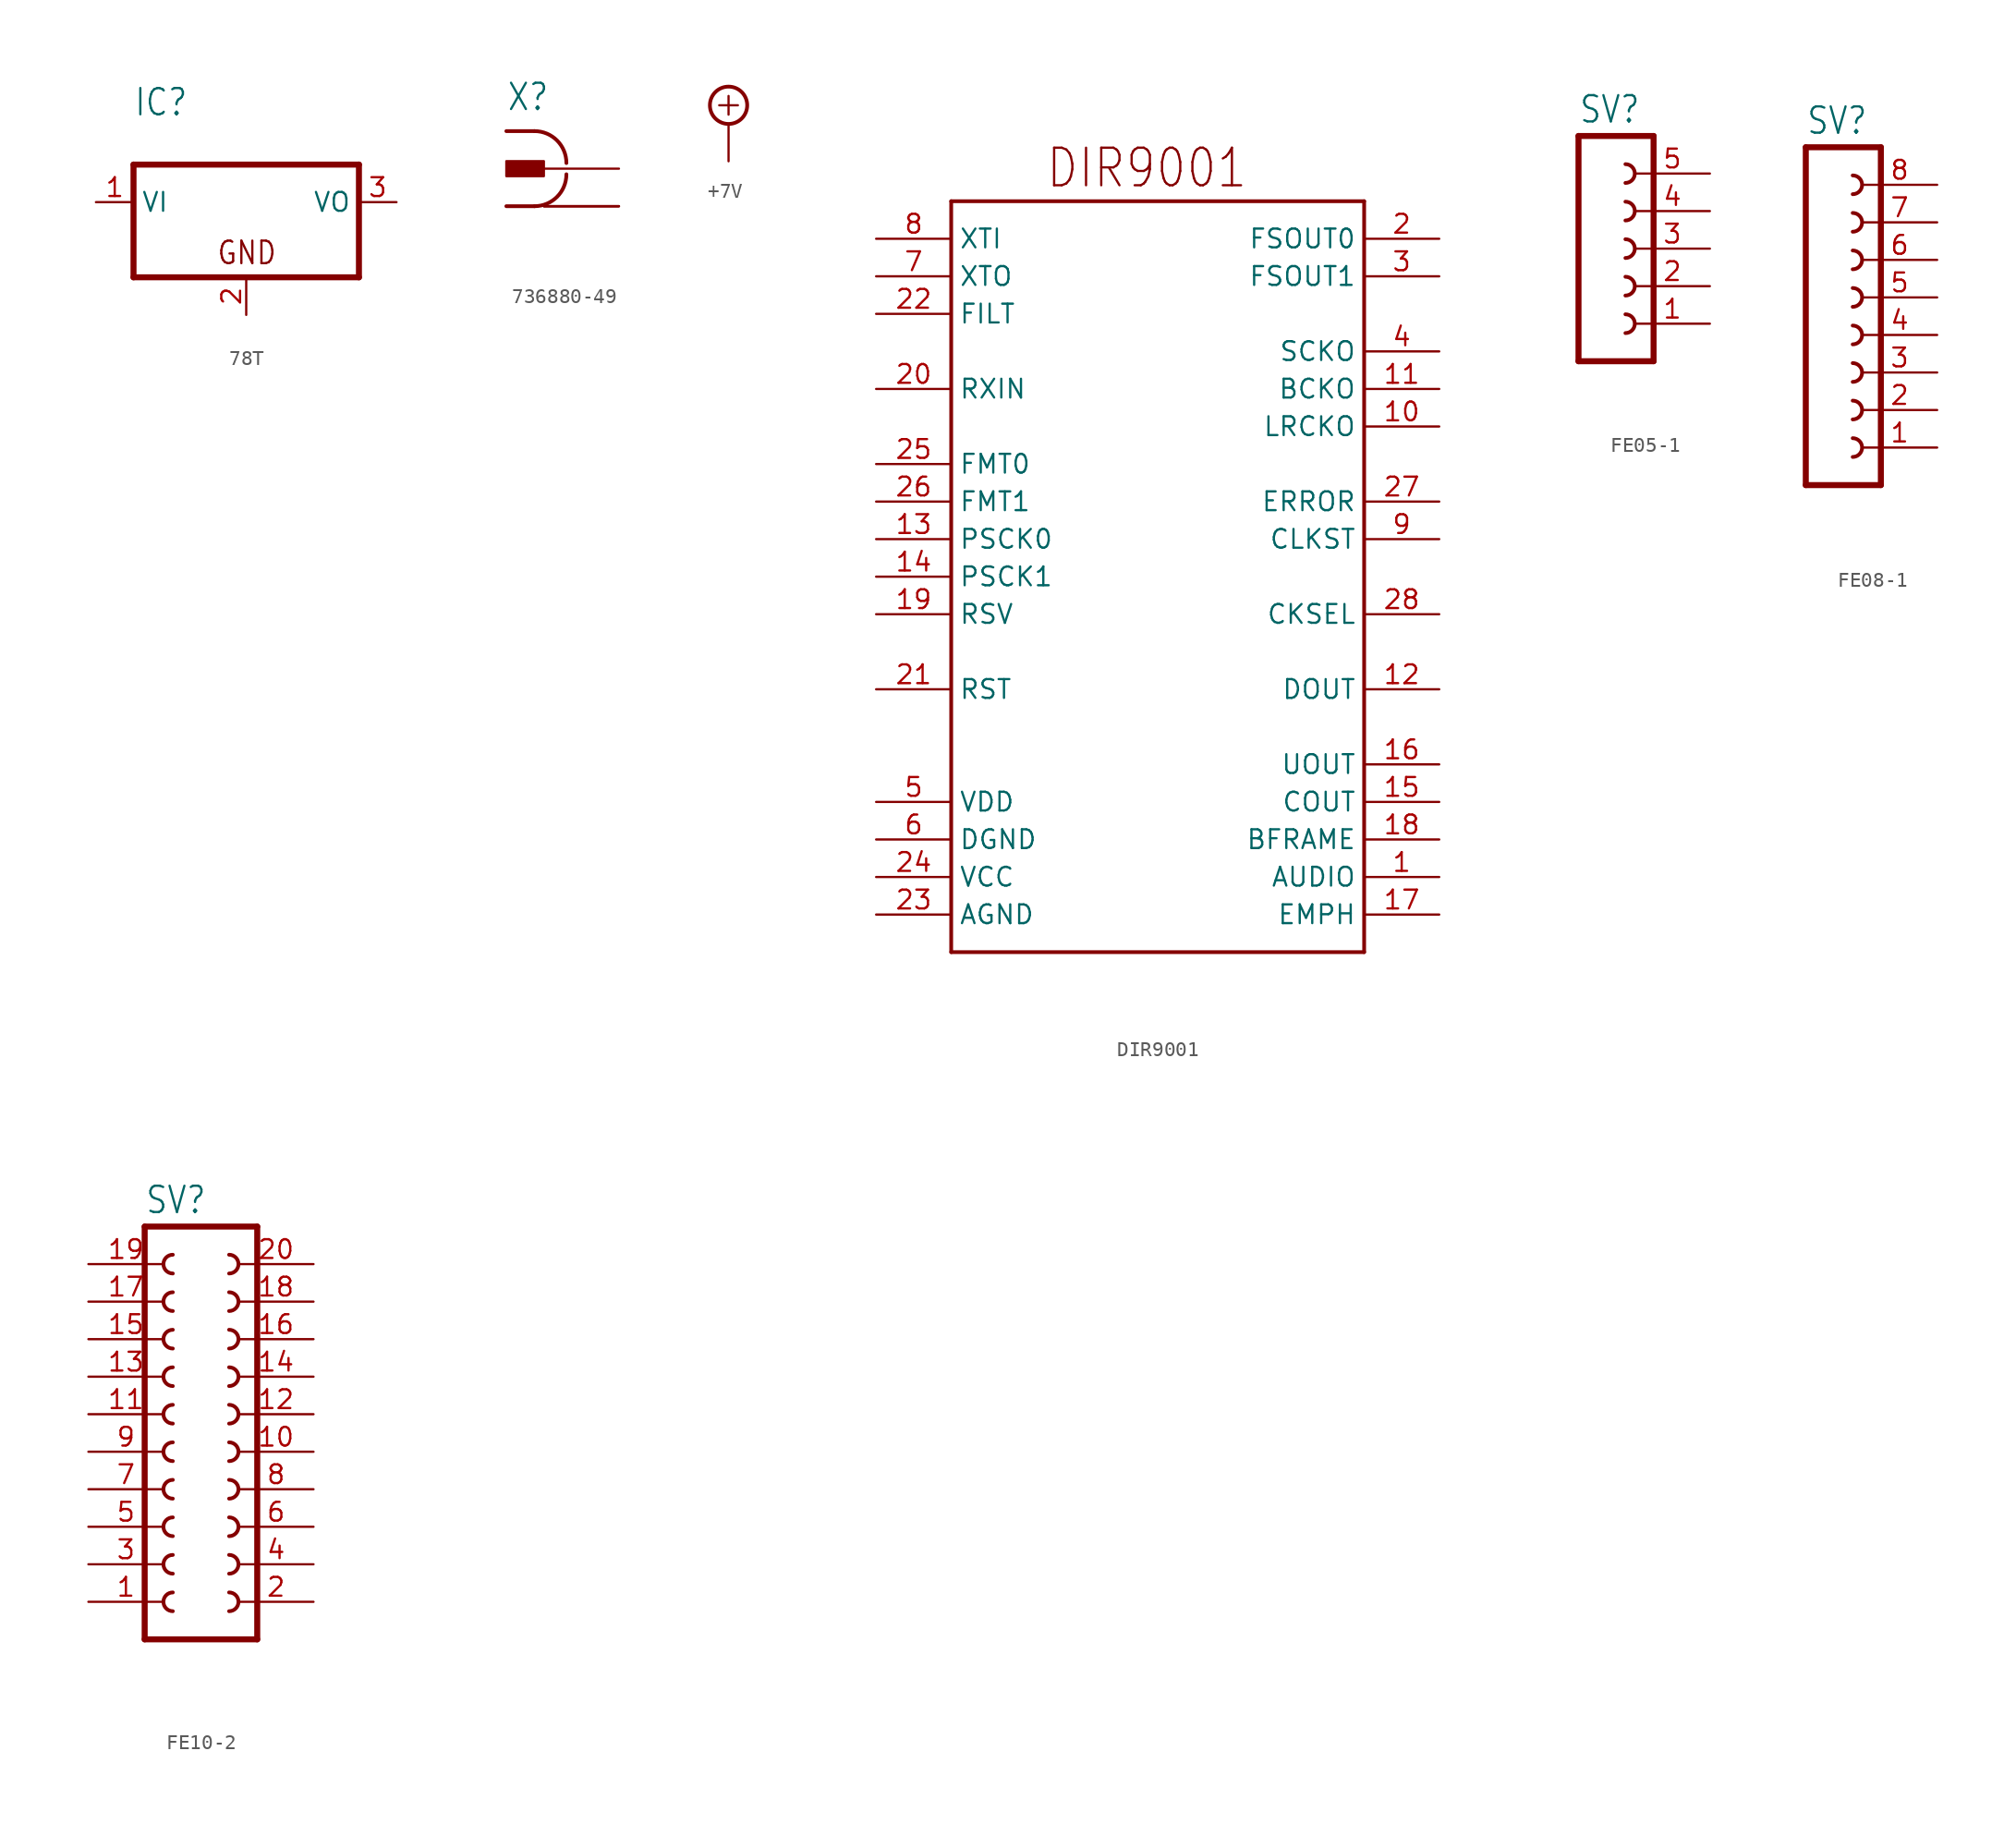
<source format=kicad_sym>
(kicad_symbol_lib
  (version 20231120)
  (generator "kicad_symbol_editor")
  (generator_version "8.0")
  (symbol "78T"
    (property "Reference" "IC"
      (at -7.62 5.715 0)
      (effects (font (size 1.778 1.511)) (justify left bottom)))
    (property "Value" ""
      (at -7.62 3.175 0)
      (effects (font (size 1.778 1.511)) (justify left bottom)))
    (property "ki_locked" ""
      (at 0 0 0)
      (effects (font (size 1.27 1.27))))
    (symbol "78T_1_0"
      (polyline (pts (xy -7.62 -5.08) (xy 7.62 -5.08)) (stroke (width 0.406) (type solid)) (fill (type none)))
      (polyline (pts (xy -7.62 2.54) (xy -7.62 -5.08)) (stroke (width 0.406) (type solid)) (fill (type none)))
      (polyline (pts (xy 7.62 -5.08) (xy 7.62 2.54)) (stroke (width 0.406) (type solid)) (fill (type none)))
      (polyline (pts (xy 7.62 2.54) (xy -7.62 2.54)) (stroke (width 0.406) (type solid)) (fill (type none)))
      (text "GND" (at -2.032 -4.318 0) (effects (font (size 1.524 1.295)) (justify left bottom)))
      (pin input line (at -10.16 0 0) (length 2.54) (name "VI" (effects (font (size 1.27 1.27)))) (number "1" (effects (font (size 1.27 1.27)))))
      (pin passive line (at 0 -7.62 90) (length 2.54) (name "GND" (effects (font (size 0 0)))) (number "2" (effects (font (size 1.27 1.27)))))
      (pin passive line (at 10.16 0 180) (length 2.54) (name "VO" (effects (font (size 1.27 1.27)))) (number "3" (effects (font (size 1.27 1.27)))))))
  (symbol "736880-49"
    (property "Reference" "X"
      (at -5.08 3.81 0)
      (effects (font (size 1.778 1.511)) (justify left bottom)))
    (property "Value" ""
      (at -5.08 -6.35 0)
      (effects (font (size 1.778 1.511)) (justify left bottom)))
    (property "ki_locked" ""
      (at 0 0 0)
      (effects (font (size 1.27 1.27))))
    (symbol "736880-49_1_0"
      (rectangle (start -5.08 -0.508) (end -2.54 0.508) (stroke (width 0) (type default)) (fill (type outline)))
      (arc (start -3.175 -2.54) (mid -1.6484 -1.9076) (end -1.016 -0.381) (stroke (width 0.254) (type solid)) (fill (type none)))
      (arc (start -1.016 0.381) (mid -1.6484 1.9076) (end -3.175 2.54) (stroke (width 0.254) (type solid)) (fill (type none)))
      (polyline (pts (xy -5.08 -2.54) (xy -3.175 -2.54)) (stroke (width 0.254) (type solid)) (fill (type none)))
      (polyline (pts (xy -5.08 2.54) (xy -3.175 2.54)) (stroke (width 0.254) (type solid)) (fill (type none)))
      (pin passive line (at 2.54 -2.54 180) (length 5.08) (name "1" (effects (font (size 0 0)))) (number "1" (effects (font (size 0 0)))))
      (pin passive line (at 2.54 -2.54 180) (length 5.08) (name "1" (effects (font (size 0 0)))) (number "1@1" (effects (font (size 0 0)))))
      (pin passive line (at 2.54 -2.54 180) (length 5.08) (name "1" (effects (font (size 0 0)))) (number "1@2" (effects (font (size 0 0)))))
      (pin passive line (at 2.54 0 180) (length 5.08) (name "2" (effects (font (size 0 0)))) (number "2" (effects (font (size 0 0)))))))
  (symbol "+7V"
    (power)
    (property "Reference" "#SUPPLY"
      (at 0 0 0)
      (effects (font (size 1.27 1.27)) (hide yes)))
    (property "Value" ""
      (at -1.905 3.175 0)
      (effects (font (size 1.778 1.511)) (justify left bottom)))
    (property "ki_locked" ""
      (at 0 0 0)
      (effects (font (size 1.27 1.27))))
    (symbol "+7V_1_0"
      (polyline (pts (xy -0.635 1.27) (xy 0.635 1.27)) (stroke (width 0.152) (type solid)) (fill (type none)))
      (polyline (pts (xy 0 0.635) (xy 0 1.905)) (stroke (width 0.152) (type solid)) (fill (type none)))
      (circle (center 0 1.27) (radius 1.27) (stroke (width 0.254) (type solid)) (fill (type none)))
      (pin power_in line (at 0 -2.54 90) (length 2.54) (name "+7V" (effects (font (size 0 0)))) (number "1" (effects (font (size 0 0)))))))
  (symbol "DIR9001"
    (property "Reference" ""
      (at 0 0 0)
      (effects (font (size 1.27 1.27)) (hide yes)))
    (property "ki_locked" ""
      (at 0 0 0)
      (effects (font (size 1.27 1.27))))
    (symbol "DIR9001_1_0"
      (polyline (pts (xy -12.7 -25.4) (xy 15.24 -25.4)) (stroke (width 0.254) (type solid)) (fill (type none)))
      (polyline (pts (xy -12.7 25.4) (xy -12.7 -25.4)) (stroke (width 0.254) (type solid)) (fill (type none)))
      (polyline (pts (xy 15.24 -25.4) (xy 15.24 25.4)) (stroke (width 0.254) (type solid)) (fill (type none)))
      (polyline (pts (xy 15.24 25.4) (xy -12.7 25.4)) (stroke (width 0.254) (type solid)) (fill (type none)))
      (text "DIR9001" (at -6.35 26.162 0) (effects (font (size 2.54 2.159)) (justify left bottom)))
      (pin bidirectional line (at 20.32 -20.32 180) (length 5.08) (name "AUDIO" (effects (font (size 1.27 1.27)))) (number "1" (effects (font (size 1.27 1.27)))))
      (pin bidirectional line (at 20.32 10.16 180) (length 5.08) (name "LRCKO" (effects (font (size 1.27 1.27)))) (number "10" (effects (font (size 1.27 1.27)))))
      (pin bidirectional line (at 20.32 12.7 180) (length 5.08) (name "BCKO" (effects (font (size 1.27 1.27)))) (number "11" (effects (font (size 1.27 1.27)))))
      (pin bidirectional line (at 20.32 -7.62 180) (length 5.08) (name "DOUT" (effects (font (size 1.27 1.27)))) (number "12" (effects (font (size 1.27 1.27)))))
      (pin bidirectional line (at -17.78 2.54 0) (length 5.08) (name "PSCK0" (effects (font (size 1.27 1.27)))) (number "13" (effects (font (size 1.27 1.27)))))
      (pin bidirectional line (at -17.78 0 0) (length 5.08) (name "PSCK1" (effects (font (size 1.27 1.27)))) (number "14" (effects (font (size 1.27 1.27)))))
      (pin bidirectional line (at 20.32 -15.24 180) (length 5.08) (name "COUT" (effects (font (size 1.27 1.27)))) (number "15" (effects (font (size 1.27 1.27)))))
      (pin bidirectional line (at 20.32 -12.7 180) (length 5.08) (name "UOUT" (effects (font (size 1.27 1.27)))) (number "16" (effects (font (size 1.27 1.27)))))
      (pin bidirectional line (at 20.32 -22.86 180) (length 5.08) (name "EMPH" (effects (font (size 1.27 1.27)))) (number "17" (effects (font (size 1.27 1.27)))))
      (pin bidirectional line (at 20.32 -17.78 180) (length 5.08) (name "BFRAME" (effects (font (size 1.27 1.27)))) (number "18" (effects (font (size 1.27 1.27)))))
      (pin bidirectional line (at -17.78 -2.54 0) (length 5.08) (name "RSV" (effects (font (size 1.27 1.27)))) (number "19" (effects (font (size 1.27 1.27)))))
      (pin bidirectional line (at 20.32 22.86 180) (length 5.08) (name "FSOUT0" (effects (font (size 1.27 1.27)))) (number "2" (effects (font (size 1.27 1.27)))))
      (pin bidirectional line (at -17.78 12.7 0) (length 5.08) (name "RXIN" (effects (font (size 1.27 1.27)))) (number "20" (effects (font (size 1.27 1.27)))))
      (pin bidirectional line (at -17.78 -7.62 0) (length 5.08) (name "RST" (effects (font (size 1.27 1.27)))) (number "21" (effects (font (size 1.27 1.27)))))
      (pin bidirectional line (at -17.78 17.78 0) (length 5.08) (name "FILT" (effects (font (size 1.27 1.27)))) (number "22" (effects (font (size 1.27 1.27)))))
      (pin bidirectional line (at -17.78 -22.86 0) (length 5.08) (name "AGND" (effects (font (size 1.27 1.27)))) (number "23" (effects (font (size 1.27 1.27)))))
      (pin bidirectional line (at -17.78 -20.32 0) (length 5.08) (name "VCC" (effects (font (size 1.27 1.27)))) (number "24" (effects (font (size 1.27 1.27)))))
      (pin bidirectional line (at -17.78 7.62 0) (length 5.08) (name "FMT0" (effects (font (size 1.27 1.27)))) (number "25" (effects (font (size 1.27 1.27)))))
      (pin bidirectional line (at -17.78 5.08 0) (length 5.08) (name "FMT1" (effects (font (size 1.27 1.27)))) (number "26" (effects (font (size 1.27 1.27)))))
      (pin bidirectional line (at 20.32 5.08 180) (length 5.08) (name "ERROR" (effects (font (size 1.27 1.27)))) (number "27" (effects (font (size 1.27 1.27)))))
      (pin bidirectional line (at 20.32 -2.54 180) (length 5.08) (name "CKSEL" (effects (font (size 1.27 1.27)))) (number "28" (effects (font (size 1.27 1.27)))))
      (pin bidirectional line (at 20.32 20.32 180) (length 5.08) (name "FSOUT1" (effects (font (size 1.27 1.27)))) (number "3" (effects (font (size 1.27 1.27)))))
      (pin bidirectional line (at 20.32 15.24 180) (length 5.08) (name "SCKO" (effects (font (size 1.27 1.27)))) (number "4" (effects (font (size 1.27 1.27)))))
      (pin bidirectional line (at -17.78 -15.24 0) (length 5.08) (name "VDD" (effects (font (size 1.27 1.27)))) (number "5" (effects (font (size 1.27 1.27)))))
      (pin bidirectional line (at -17.78 -17.78 0) (length 5.08) (name "DGND" (effects (font (size 1.27 1.27)))) (number "6" (effects (font (size 1.27 1.27)))))
      (pin bidirectional line (at -17.78 20.32 0) (length 5.08) (name "XTO" (effects (font (size 1.27 1.27)))) (number "7" (effects (font (size 1.27 1.27)))))
      (pin bidirectional line (at -17.78 22.86 0) (length 5.08) (name "XTI" (effects (font (size 1.27 1.27)))) (number "8" (effects (font (size 1.27 1.27)))))
      (pin bidirectional line (at 20.32 2.54 180) (length 5.08) (name "CLKST" (effects (font (size 1.27 1.27)))) (number "9" (effects (font (size 1.27 1.27)))))))
  (symbol "FE05-1"
    (property "Reference" "SV"
      (at -1.27 8.382 0)
      (effects (font (size 1.778 1.511)) (justify left bottom)))
    (property "Value" ""
      (at -1.27 -10.16 0)
      (effects (font (size 1.778 1.511)) (justify left bottom)))
    (property "ki_locked" ""
      (at 0 0 0)
      (effects (font (size 1.27 1.27))))
    (symbol "FE05-1_1_0"
      (polyline (pts (xy -1.27 7.62) (xy -1.27 -7.62)) (stroke (width 0.406) (type solid)) (fill (type none)))
      (polyline (pts (xy -1.27 7.62) (xy 3.81 7.62)) (stroke (width 0.406) (type solid)) (fill (type none)))
      (polyline (pts (xy 3.81 -7.62) (xy -1.27 -7.62)) (stroke (width 0.406) (type solid)) (fill (type none)))
      (polyline (pts (xy 3.81 -7.62) (xy 3.81 7.62)) (stroke (width 0.406) (type solid)) (fill (type none)))
      (arc (start 1.905 -5.715) (mid 2.54 -5.08) (end 1.905 -4.445) (stroke (width 0.254) (type solid)) (fill (type none)))
      (arc (start 1.905 -3.175) (mid 2.54 -2.54) (end 1.905 -1.905) (stroke (width 0.254) (type solid)) (fill (type none)))
      (arc (start 1.905 -0.635) (mid 2.54 0) (end 1.905 0.635) (stroke (width 0.254) (type solid)) (fill (type none)))
      (arc (start 1.905 1.905) (mid 2.54 2.54) (end 1.905 3.175) (stroke (width 0.254) (type solid)) (fill (type none)))
      (arc (start 1.905 4.445) (mid 2.54 5.08) (end 1.905 5.715) (stroke (width 0.254) (type solid)) (fill (type none)))
      (pin passive line (at 7.62 -5.08 180) (length 5.08) (name "1" (effects (font (size 0 0)))) (number "1" (effects (font (size 1.27 1.27)))))
      (pin passive line (at 7.62 -2.54 180) (length 5.08) (name "2" (effects (font (size 0 0)))) (number "2" (effects (font (size 1.27 1.27)))))
      (pin passive line (at 7.62 0 180) (length 5.08) (name "3" (effects (font (size 0 0)))) (number "3" (effects (font (size 1.27 1.27)))))
      (pin passive line (at 7.62 2.54 180) (length 5.08) (name "4" (effects (font (size 0 0)))) (number "4" (effects (font (size 1.27 1.27)))))
      (pin passive line (at 7.62 5.08 180) (length 5.08) (name "5" (effects (font (size 0 0)))) (number "5" (effects (font (size 1.27 1.27)))))))
  (symbol "FE08-1"
    (property "Reference" "SV"
      (at -1.27 13.462 0)
      (effects (font (size 1.778 1.511)) (justify left bottom)))
    (property "Value" ""
      (at -1.27 -12.7 0)
      (effects (font (size 1.778 1.511)) (justify left bottom)))
    (property "ki_locked" ""
      (at 0 0 0)
      (effects (font (size 1.27 1.27))))
    (symbol "FE08-1_1_0"
      (polyline (pts (xy -1.27 12.7) (xy -1.27 -10.16)) (stroke (width 0.406) (type solid)) (fill (type none)))
      (polyline (pts (xy -1.27 12.7) (xy 3.81 12.7)) (stroke (width 0.406) (type solid)) (fill (type none)))
      (polyline (pts (xy 3.81 -10.16) (xy -1.27 -10.16)) (stroke (width 0.406) (type solid)) (fill (type none)))
      (polyline (pts (xy 3.81 -10.16) (xy 3.81 12.7)) (stroke (width 0.406) (type solid)) (fill (type none)))
      (arc (start 1.905 -8.255) (mid 2.54 -7.62) (end 1.905 -6.985) (stroke (width 0.254) (type solid)) (fill (type none)))
      (arc (start 1.905 -5.715) (mid 2.54 -5.08) (end 1.905 -4.445) (stroke (width 0.254) (type solid)) (fill (type none)))
      (arc (start 1.905 -3.175) (mid 2.54 -2.54) (end 1.905 -1.905) (stroke (width 0.254) (type solid)) (fill (type none)))
      (arc (start 1.905 -0.635) (mid 2.54 0) (end 1.905 0.635) (stroke (width 0.254) (type solid)) (fill (type none)))
      (arc (start 1.905 1.905) (mid 2.54 2.54) (end 1.905 3.175) (stroke (width 0.254) (type solid)) (fill (type none)))
      (arc (start 1.905 4.445) (mid 2.54 5.08) (end 1.905 5.715) (stroke (width 0.254) (type solid)) (fill (type none)))
      (arc (start 1.905 6.985) (mid 2.54 7.62) (end 1.905 8.255) (stroke (width 0.254) (type solid)) (fill (type none)))
      (arc (start 1.905 9.525) (mid 2.54 10.16) (end 1.905 10.795) (stroke (width 0.254) (type solid)) (fill (type none)))
      (pin passive line (at 7.62 -7.62 180) (length 5.08) (name "1" (effects (font (size 0 0)))) (number "1" (effects (font (size 1.27 1.27)))))
      (pin passive line (at 7.62 -5.08 180) (length 5.08) (name "2" (effects (font (size 0 0)))) (number "2" (effects (font (size 1.27 1.27)))))
      (pin passive line (at 7.62 -2.54 180) (length 5.08) (name "3" (effects (font (size 0 0)))) (number "3" (effects (font (size 1.27 1.27)))))
      (pin passive line (at 7.62 0 180) (length 5.08) (name "4" (effects (font (size 0 0)))) (number "4" (effects (font (size 1.27 1.27)))))
      (pin passive line (at 7.62 2.54 180) (length 5.08) (name "5" (effects (font (size 0 0)))) (number "5" (effects (font (size 1.27 1.27)))))
      (pin passive line (at 7.62 5.08 180) (length 5.08) (name "6" (effects (font (size 0 0)))) (number "6" (effects (font (size 1.27 1.27)))))
      (pin passive line (at 7.62 7.62 180) (length 5.08) (name "7" (effects (font (size 0 0)))) (number "7" (effects (font (size 1.27 1.27)))))
      (pin passive line (at 7.62 10.16 180) (length 5.08) (name "8" (effects (font (size 0 0)))) (number "8" (effects (font (size 1.27 1.27)))))))
  (symbol "FE10-2"
    (property "Reference" "SV"
      (at -3.81 16.002 0)
      (effects (font (size 1.778 1.511)) (justify left bottom)))
    (property "Value" ""
      (at -3.81 -15.24 0)
      (effects (font (size 1.778 1.511)) (justify left bottom)))
    (property "ki_locked" ""
      (at 0 0 0)
      (effects (font (size 1.27 1.27))))
    (symbol "FE10-2_1_0"
      (arc (start -1.905 -9.525) (mid -2.54 -10.16) (end -1.905 -10.795) (stroke (width 0.254) (type solid)) (fill (type none)))
      (arc (start -1.905 -6.985) (mid -2.54 -7.62) (end -1.905 -8.255) (stroke (width 0.254) (type solid)) (fill (type none)))
      (arc (start -1.905 -4.445) (mid -2.54 -5.08) (end -1.905 -5.715) (stroke (width 0.254) (type solid)) (fill (type none)))
      (arc (start -1.905 -1.905) (mid -2.54 -2.54) (end -1.905 -3.175) (stroke (width 0.254) (type solid)) (fill (type none)))
      (arc (start -1.905 0.635) (mid -2.54 0) (end -1.905 -0.635) (stroke (width 0.254) (type solid)) (fill (type none)))
      (arc (start -1.905 3.175) (mid -2.54 2.54) (end -1.905 1.905) (stroke (width 0.254) (type solid)) (fill (type none)))
      (arc (start -1.905 5.715) (mid -2.54 5.08) (end -1.905 4.445) (stroke (width 0.254) (type solid)) (fill (type none)))
      (arc (start -1.905 8.255) (mid -2.54 7.62) (end -1.905 6.985) (stroke (width 0.254) (type solid)) (fill (type none)))
      (arc (start -1.905 10.795) (mid -2.54 10.16) (end -1.905 9.525) (stroke (width 0.254) (type solid)) (fill (type none)))
      (arc (start -1.905 13.335) (mid -2.54 12.7) (end -1.905 12.065) (stroke (width 0.254) (type solid)) (fill (type none)))
      (polyline (pts (xy -3.81 15.24) (xy -3.81 -12.7)) (stroke (width 0.406) (type solid)) (fill (type none)))
      (polyline (pts (xy -3.81 15.24) (xy 3.81 15.24)) (stroke (width 0.406) (type solid)) (fill (type none)))
      (polyline (pts (xy 3.81 -12.7) (xy -3.81 -12.7)) (stroke (width 0.406) (type solid)) (fill (type none)))
      (polyline (pts (xy 3.81 -12.7) (xy 3.81 15.24)) (stroke (width 0.406) (type solid)) (fill (type none)))
      (arc (start 1.905 -10.795) (mid 2.54 -10.16) (end 1.905 -9.525) (stroke (width 0.254) (type solid)) (fill (type none)))
      (arc (start 1.905 -8.255) (mid 2.54 -7.62) (end 1.905 -6.985) (stroke (width 0.254) (type solid)) (fill (type none)))
      (arc (start 1.905 -5.715) (mid 2.54 -5.08) (end 1.905 -4.445) (stroke (width 0.254) (type solid)) (fill (type none)))
      (arc (start 1.905 -3.175) (mid 2.54 -2.54) (end 1.905 -1.905) (stroke (width 0.254) (type solid)) (fill (type none)))
      (arc (start 1.905 -0.635) (mid 2.54 0) (end 1.905 0.635) (stroke (width 0.254) (type solid)) (fill (type none)))
      (arc (start 1.905 1.905) (mid 2.54 2.54) (end 1.905 3.175) (stroke (width 0.254) (type solid)) (fill (type none)))
      (arc (start 1.905 4.445) (mid 2.54 5.08) (end 1.905 5.715) (stroke (width 0.254) (type solid)) (fill (type none)))
      (arc (start 1.905 6.985) (mid 2.54 7.62) (end 1.905 8.255) (stroke (width 0.254) (type solid)) (fill (type none)))
      (arc (start 1.905 9.525) (mid 2.54 10.16) (end 1.905 10.795) (stroke (width 0.254) (type solid)) (fill (type none)))
      (arc (start 1.905 12.065) (mid 2.54 12.7) (end 1.905 13.335) (stroke (width 0.254) (type solid)) (fill (type none)))
      (pin passive line (at -7.62 -10.16 0) (length 5.08) (name "1" (effects (font (size 0 0)))) (number "1" (effects (font (size 1.27 1.27)))))
      (pin passive line (at 7.62 0 180) (length 5.08) (name "10" (effects (font (size 0 0)))) (number "10" (effects (font (size 1.27 1.27)))))
      (pin passive line (at -7.62 2.54 0) (length 5.08) (name "11" (effects (font (size 0 0)))) (number "11" (effects (font (size 1.27 1.27)))))
      (pin passive line (at 7.62 2.54 180) (length 5.08) (name "12" (effects (font (size 0 0)))) (number "12" (effects (font (size 1.27 1.27)))))
      (pin passive line (at -7.62 5.08 0) (length 5.08) (name "13" (effects (font (size 0 0)))) (number "13" (effects (font (size 1.27 1.27)))))
      (pin passive line (at 7.62 5.08 180) (length 5.08) (name "14" (effects (font (size 0 0)))) (number "14" (effects (font (size 1.27 1.27)))))
      (pin passive line (at -7.62 7.62 0) (length 5.08) (name "15" (effects (font (size 0 0)))) (number "15" (effects (font (size 1.27 1.27)))))
      (pin passive line (at 7.62 7.62 180) (length 5.08) (name "16" (effects (font (size 0 0)))) (number "16" (effects (font (size 1.27 1.27)))))
      (pin passive line (at -7.62 10.16 0) (length 5.08) (name "17" (effects (font (size 0 0)))) (number "17" (effects (font (size 1.27 1.27)))))
      (pin passive line (at 7.62 10.16 180) (length 5.08) (name "18" (effects (font (size 0 0)))) (number "18" (effects (font (size 1.27 1.27)))))
      (pin passive line (at -7.62 12.7 0) (length 5.08) (name "19" (effects (font (size 0 0)))) (number "19" (effects (font (size 1.27 1.27)))))
      (pin passive line (at 7.62 -10.16 180) (length 5.08) (name "2" (effects (font (size 0 0)))) (number "2" (effects (font (size 1.27 1.27)))))
      (pin passive line (at 7.62 12.7 180) (length 5.08) (name "20" (effects (font (size 0 0)))) (number "20" (effects (font (size 1.27 1.27)))))
      (pin passive line (at -7.62 -7.62 0) (length 5.08) (name "3" (effects (font (size 0 0)))) (number "3" (effects (font (size 1.27 1.27)))))
      (pin passive line (at 7.62 -7.62 180) (length 5.08) (name "4" (effects (font (size 0 0)))) (number "4" (effects (font (size 1.27 1.27)))))
      (pin passive line (at -7.62 -5.08 0) (length 5.08) (name "5" (effects (font (size 0 0)))) (number "5" (effects (font (size 1.27 1.27)))))
      (pin passive line (at 7.62 -5.08 180) (length 5.08) (name "6" (effects (font (size 0 0)))) (number "6" (effects (font (size 1.27 1.27)))))
      (pin passive line (at -7.62 -2.54 0) (length 5.08) (name "7" (effects (font (size 0 0)))) (number "7" (effects (font (size 1.27 1.27)))))
      (pin passive line (at 7.62 -2.54 180) (length 5.08) (name "8" (effects (font (size 0 0)))) (number "8" (effects (font (size 1.27 1.27)))))
      (pin passive line (at -7.62 0 0) (length 5.08) (name "9" (effects (font (size 0 0)))) (number "9" (effects (font (size 1.27 1.27))))))))
</source>
